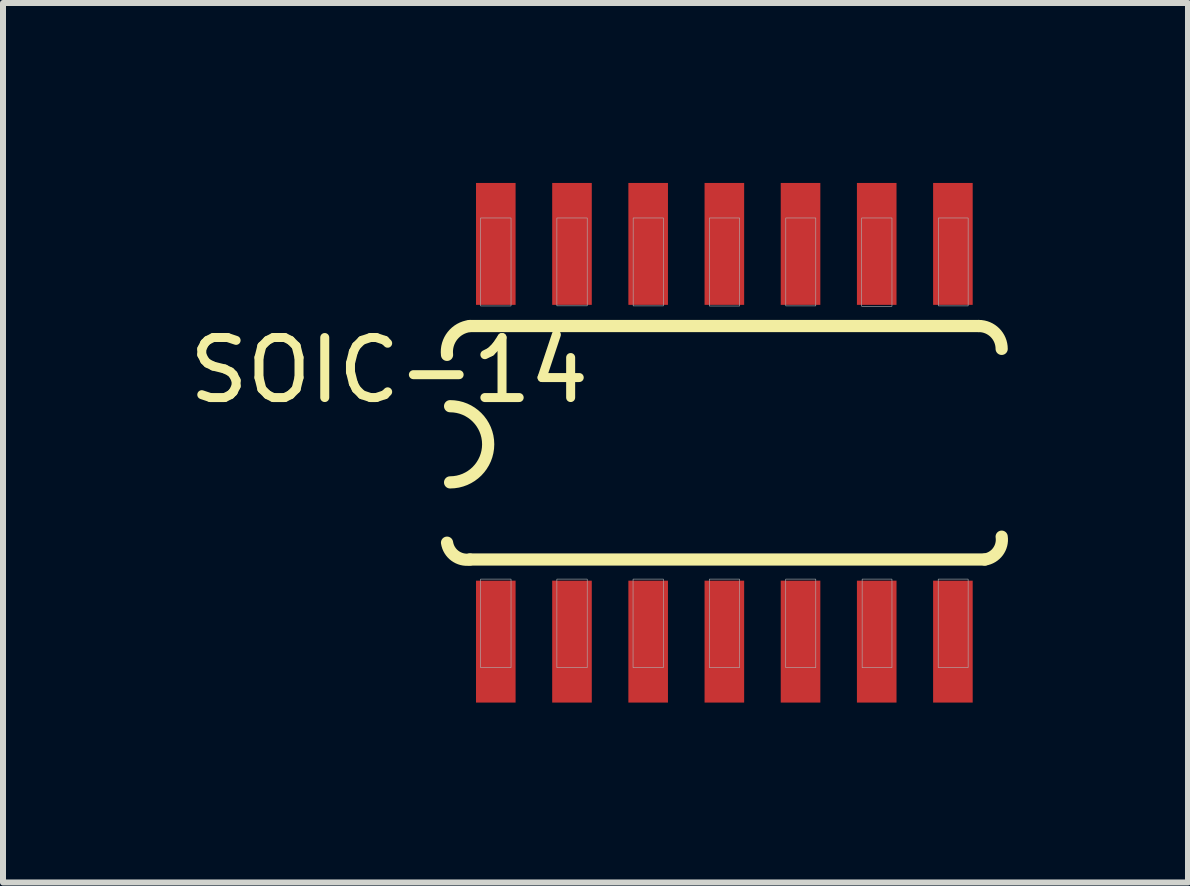
<source format=kicad_pcb>
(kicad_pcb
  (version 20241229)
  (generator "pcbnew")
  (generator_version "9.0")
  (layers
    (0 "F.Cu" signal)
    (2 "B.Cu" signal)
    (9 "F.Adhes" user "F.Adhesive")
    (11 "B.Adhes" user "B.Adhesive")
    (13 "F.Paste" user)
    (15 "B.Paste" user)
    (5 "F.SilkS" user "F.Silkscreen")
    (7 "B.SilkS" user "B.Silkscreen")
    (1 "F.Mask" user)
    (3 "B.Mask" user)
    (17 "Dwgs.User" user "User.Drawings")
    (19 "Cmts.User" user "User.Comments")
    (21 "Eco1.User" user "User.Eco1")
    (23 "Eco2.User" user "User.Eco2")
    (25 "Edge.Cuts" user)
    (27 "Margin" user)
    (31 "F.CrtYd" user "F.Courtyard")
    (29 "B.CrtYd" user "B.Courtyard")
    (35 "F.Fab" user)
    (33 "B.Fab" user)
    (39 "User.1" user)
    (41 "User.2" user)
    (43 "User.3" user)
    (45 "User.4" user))
  (footprint "SOIC-14"
    (layer "F.Cu")
    (at 5.215 6.871)
    (property "Reference" "SOIC-14" (at -1.779 -3.749 180) (layer "F.SilkS") (effects (font (size 1.001 1.001) (thickness 0.15))))
    (attr smd)
    (fp_line (start -0.432 -0.594) (end 8.152 -0.594) (stroke (width 0.203) (type solid)) (layer "F.SilkS"))
    (fp_line (start 8.052 -4.486) (end -0.432 -4.486) (stroke (width 0.203) (type solid)) (layer "F.SilkS"))
    (fp_arc (start -0.8128 -4.0053) (mid -0.721948 -4.324731) (end -0.4318 -4.4863) (stroke (width 0.2032) (type solid)) (layer "F.SilkS"))
    (fp_arc (start -0.762 -3.1496) (mid -0.127 -2.5146) (end -0.762 -1.8796) (stroke (width 0.2032) (type solid)) (layer "F.SilkS"))
    (fp_arc (start -0.4318 -0.5937) (mid -0.680497 -0.655292) (end -0.8128 -0.8747) (stroke (width 0.2032) (type solid)) (layer "F.SilkS"))
    (fp_arc (start 8.0518 -4.4863) (mid 8.321237 -4.374737) (end 8.4328 -4.1053) (stroke (width 0.2032) (type solid)) (layer "F.SilkS"))
    (fp_arc (start 8.4328 -0.9747) (mid 8.371208 -0.726003) (end 8.1518 -0.5937) (stroke (width 0.2032) (type solid)) (layer "F.SilkS"))
    (fp_poly (pts (xy -0.254 -6.287) (xy 0.254 -6.287) (xy 0.254 -4.821) (xy -0.254 -4.821)) (stroke (width 0.01) (type solid)) (fill no) (layer "F.Fab"))
    (fp_poly (pts (xy -0.254 -0.267) (xy 0.254 -0.267) (xy 0.254 1.208) (xy -0.254 1.208)) (stroke (width 0.01) (type solid)) (fill no) (layer "F.Fab"))
    (fp_poly (pts (xy 1.018 -0.267) (xy 1.524 -0.267) (xy 1.524 1.209) (xy 1.018 1.209)) (stroke (width 0.01) (type solid)) (fill no) (layer "F.Fab"))
    (fp_poly (pts (xy 1.018 -6.287) (xy 1.524 -6.287) (xy 1.524 -4.823) (xy 1.018 -4.823)) (stroke (width 0.01) (type solid)) (fill no) (layer "F.Fab"))
    (fp_poly (pts (xy 2.288 -0.267) (xy 2.794 -0.267) (xy 2.794 1.207) (xy 2.288 1.207)) (stroke (width 0.01) (type solid)) (fill no) (layer "F.Fab"))
    (fp_poly (pts (xy 2.29 -6.287) (xy 2.794 -6.287) (xy 2.794 -4.822) (xy 2.29 -4.822)) (stroke (width 0.01) (type solid)) (fill no) (layer "F.Fab"))
    (fp_poly (pts (xy 3.56 -6.287) (xy 4.064 -6.287) (xy 4.064 -4.819) (xy 3.56 -4.819)) (stroke (width 0.01) (type solid)) (fill no) (layer "F.Fab"))
    (fp_poly (pts (xy 3.56 -0.267) (xy 4.064 -0.267) (xy 4.064 1.208) (xy 3.56 1.208)) (stroke (width 0.01) (type solid)) (fill no) (layer "F.Fab"))
    (fp_poly (pts (xy 4.833 -0.267) (xy 5.334 -0.267) (xy 5.334 1.208) (xy 4.833 1.208)) (stroke (width 0.01) (type solid)) (fill no) (layer "F.Fab"))
    (fp_poly (pts (xy 4.834 -6.287) (xy 5.334 -6.287) (xy 5.334 -4.822) (xy 4.834 -4.822)) (stroke (width 0.01) (type solid)) (fill no) (layer "F.Fab"))
    (fp_poly (pts (xy 6.098 -6.287) (xy 6.604 -6.287) (xy 6.604 -4.815) (xy 6.098 -4.815)) (stroke (width 0.01) (type solid)) (fill no) (layer "F.Fab"))
    (fp_poly (pts (xy 6.107 -0.267) (xy 6.604 -0.267) (xy 6.604 1.209) (xy 6.107 1.209)) (stroke (width 0.01) (type solid)) (fill no) (layer "F.Fab"))
    (fp_poly (pts (xy 7.375 -0.267) (xy 7.874 -0.267) (xy 7.874 1.208) (xy 7.375 1.208)) (stroke (width 0.01) (type solid)) (fill no) (layer "F.Fab"))
    (fp_poly (pts (xy 7.379 -6.287) (xy 7.874 -6.287) (xy 7.874 -4.822) (xy 7.379 -4.822)) (stroke (width 0.01) (type solid)) (fill no) (layer "F.Fab"))
    (pad "1" smd rect (at 0 0.775) (size 0.66 2.032) (layers "F.Cu" "F.Mask" "F.Paste"))
    (pad "2" smd rect (at 1.27 0.775) (size 0.66 2.032) (layers "F.Cu" "F.Mask" "F.Paste"))
    (pad "3" smd rect (at 2.54 0.775) (size 0.66 2.032) (layers "F.Cu" "F.Mask" "F.Paste"))
    (pad "4" smd rect (at 3.81 0.775) (size 0.66 2.032) (layers "F.Cu" "F.Mask" "F.Paste"))
    (pad "5" smd rect (at 5.08 0.775) (size 0.66 2.032) (layers "F.Cu" "F.Mask" "F.Paste"))
    (pad "6" smd rect (at 6.35 0.775) (size 0.66 2.032) (layers "F.Cu" "F.Mask" "F.Paste"))
    (pad "7" smd rect (at 7.62 0.775) (size 0.66 2.032) (layers "F.Cu" "F.Mask" "F.Paste"))
    (pad "8" smd rect (at 7.62 -5.855) (size 0.66 2.032) (layers "F.Cu" "F.Mask" "F.Paste"))
    (pad "9" smd rect (at 6.35 -5.855) (size 0.66 2.032) (layers "F.Cu" "F.Mask" "F.Paste"))
    (pad "10" smd rect (at 5.08 -5.855) (size 0.66 2.032) (layers "F.Cu" "F.Mask" "F.Paste"))
    (pad "11" smd rect (at 3.81 -5.855) (size 0.66 2.032) (layers "F.Cu" "F.Mask" "F.Paste"))
    (pad "12" smd rect (at 2.54 -5.855) (size 0.66 2.032) (layers "F.Cu" "F.Mask" "F.Paste"))
    (pad "13" smd rect (at 1.27 -5.855) (size 0.66 2.032) (layers "F.Cu" "F.Mask" "F.Paste"))
    (pad "14" smd rect (at 0 -5.855) (size 0.66 2.032) (layers "F.Cu" "F.Mask" "F.Paste")))
  (gr_rect
    (start -3 -3)
    (end 16.754 11.661)
    (stroke (width 0.1) (type default))
    (fill no)
    (layer "Edge.Cuts")))
</source>
